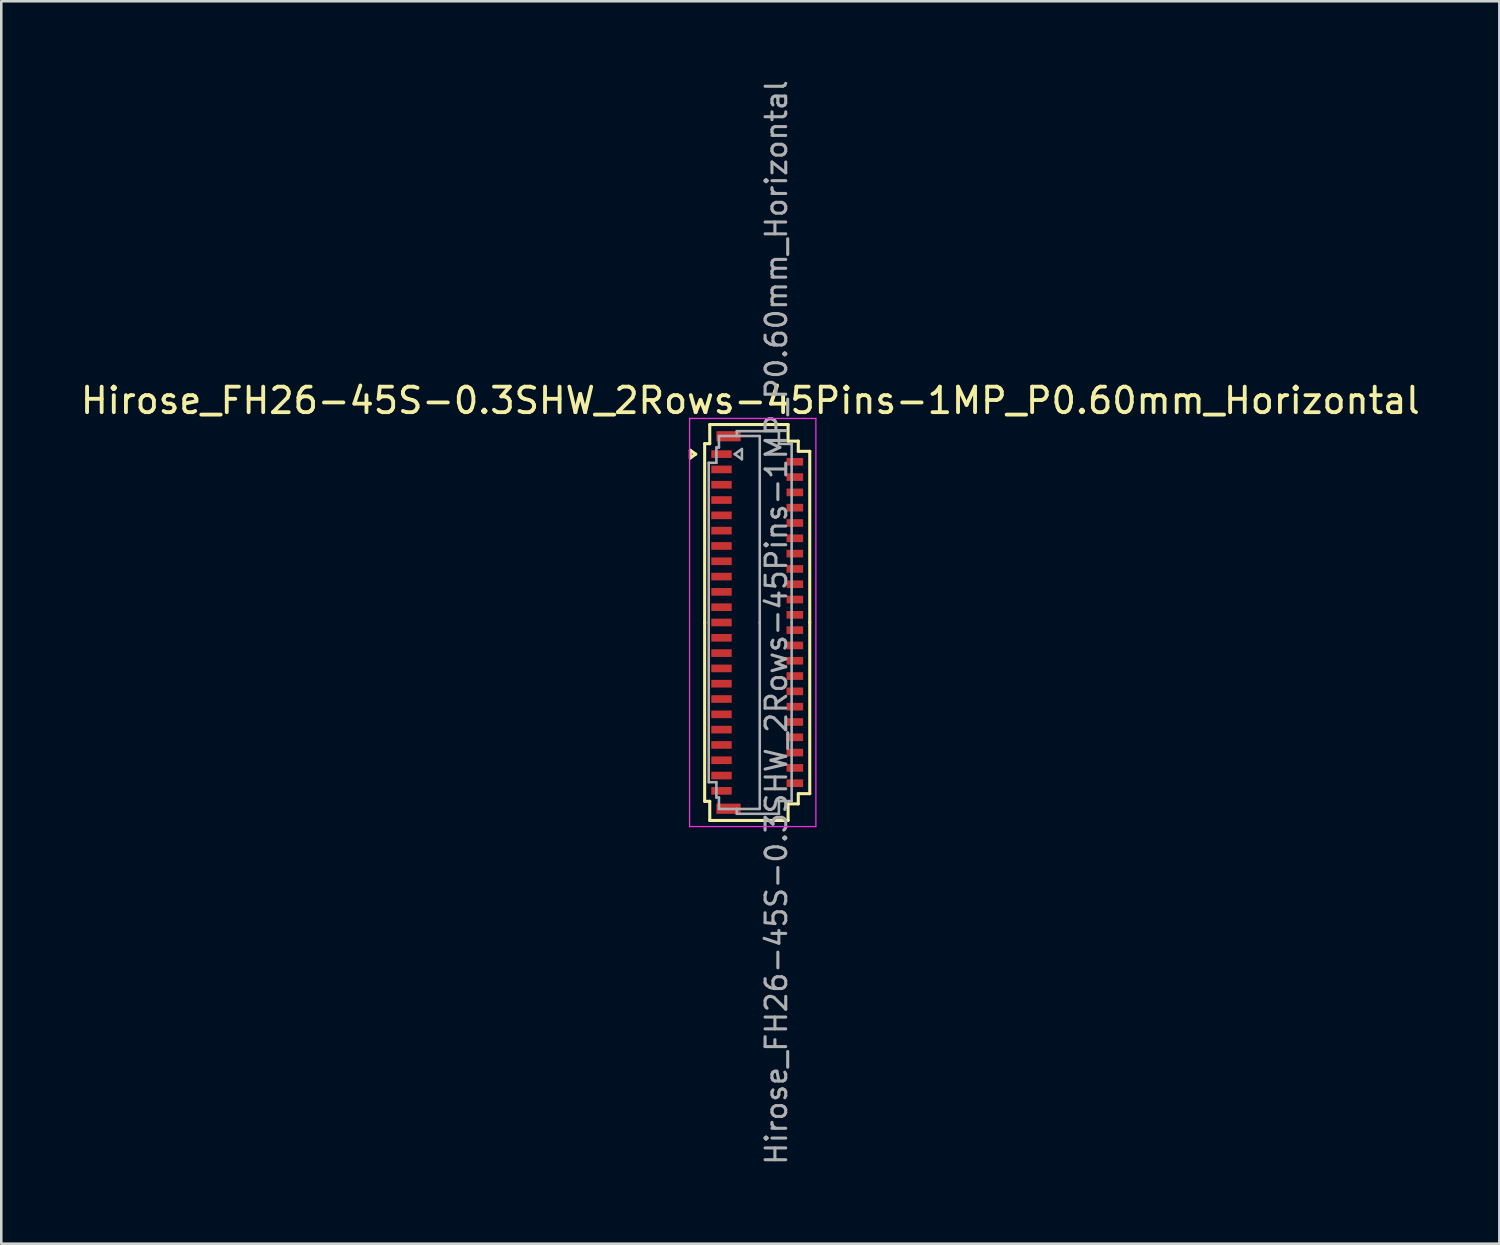
<source format=kicad_pcb>
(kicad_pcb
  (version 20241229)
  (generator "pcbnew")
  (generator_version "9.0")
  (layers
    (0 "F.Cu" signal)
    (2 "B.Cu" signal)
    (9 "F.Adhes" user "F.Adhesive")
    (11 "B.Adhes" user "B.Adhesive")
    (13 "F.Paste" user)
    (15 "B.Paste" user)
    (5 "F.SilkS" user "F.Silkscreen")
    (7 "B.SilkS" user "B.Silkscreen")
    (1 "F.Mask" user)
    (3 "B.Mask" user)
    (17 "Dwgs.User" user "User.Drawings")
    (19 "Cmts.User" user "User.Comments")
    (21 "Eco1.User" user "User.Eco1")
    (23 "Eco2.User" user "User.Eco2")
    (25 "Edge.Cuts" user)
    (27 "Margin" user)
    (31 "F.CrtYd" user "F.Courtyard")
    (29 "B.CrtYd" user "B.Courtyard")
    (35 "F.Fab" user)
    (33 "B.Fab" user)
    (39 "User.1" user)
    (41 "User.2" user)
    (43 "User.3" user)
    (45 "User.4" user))
  (footprint "Hirose_FH26-45S-0.3SHW_2Rows-45Pins-1MP_P0.60mm_Horizontal"
    (layer "F.Cu")
    (at 26.633 21.352)
    (property "Reference" "Hirose_FH26-45S-0.3SHW_2Rows-45Pins-1MP_P0.60mm_Horizontal" (at -0.27 -8.7 0) (layer "F.SilkS") (effects (font (size 1 1) (thickness 0.15))))
    (attr smd)
    (fp_line (start -2.622 -6.75) (end -2.41 -6.6) (stroke (width 0.12) (type solid)) (layer "F.SilkS"))
    (fp_line (start -2.622 -6.45) (end -2.622 -6.75) (stroke (width 0.12) (type solid)) (layer "F.SilkS"))
    (fp_line (start -2.41 -6.6) (end -2.622 -6.45) (stroke (width 0.12) (type solid)) (layer "F.SilkS"))
    (fp_line (start -2.06 -7.01) (end -2.06 0) (stroke (width 0.12) (type solid)) (layer "F.SilkS"))
    (fp_line (start -2.06 7.01) (end -2.06 0) (stroke (width 0.12) (type solid)) (layer "F.SilkS"))
    (fp_line (start -1.86 -7.76) (end -1.86 -7.01) (stroke (width 0.12) (type solid)) (layer "F.SilkS"))
    (fp_line (start -1.86 -7.01) (end -2.06 -7.01) (stroke (width 0.12) (type solid)) (layer "F.SilkS"))
    (fp_line (start -1.86 7.01) (end -2.06 7.01) (stroke (width 0.12) (type solid)) (layer "F.SilkS"))
    (fp_line (start -1.86 7.76) (end -1.86 7.01) (stroke (width 0.12) (type solid)) (layer "F.SilkS"))
    (fp_line (start 1.21 -7.76) (end -1.86 -7.76) (stroke (width 0.12) (type solid)) (layer "F.SilkS"))
    (fp_line (start 1.21 -7.11) (end 1.21 -7.76) (stroke (width 0.12) (type solid)) (layer "F.SilkS"))
    (fp_line (start 1.21 7.11) (end 1.21 7.76) (stroke (width 0.12) (type solid)) (layer "F.SilkS"))
    (fp_line (start 1.21 7.76) (end -1.86 7.76) (stroke (width 0.12) (type solid)) (layer "F.SilkS"))
    (fp_line (start 1.61 -7.11) (end 1.21 -7.11) (stroke (width 0.12) (type solid)) (layer "F.SilkS"))
    (fp_line (start 1.61 -6.71) (end 1.61 -7.11) (stroke (width 0.12) (type solid)) (layer "F.SilkS"))
    (fp_line (start 1.61 6.71) (end 1.61 7.11) (stroke (width 0.12) (type solid)) (layer "F.SilkS"))
    (fp_line (start 1.61 7.11) (end 1.21 7.11) (stroke (width 0.12) (type solid)) (layer "F.SilkS"))
    (fp_line (start 2.06 -6.71) (end 1.61 -6.71) (stroke (width 0.12) (type solid)) (layer "F.SilkS"))
    (fp_line (start 2.06 0) (end 2.06 -6.71) (stroke (width 0.12) (type solid)) (layer "F.SilkS"))
    (fp_line (start 2.06 0) (end 2.06 6.71) (stroke (width 0.12) (type solid)) (layer "F.SilkS"))
    (fp_line (start 2.06 6.71) (end 1.61 6.71) (stroke (width 0.12) (type solid)) (layer "F.SilkS"))
    (fp_line (start -2.65 -8) (end -2.65 8) (stroke (width 0.05) (type solid)) (layer "F.CrtYd"))
    (fp_line (start -2.65 8) (end 2.3 8) (stroke (width 0.05) (type solid)) (layer "F.CrtYd"))
    (fp_line (start 2.3 -8) (end -2.65 -8) (stroke (width 0.05) (type solid)) (layer "F.CrtYd"))
    (fp_line (start 2.3 8) (end 2.3 -8) (stroke (width 0.05) (type solid)) (layer "F.CrtYd"))
    (fp_line (start -1.9 -6.26) (end -1.6 -6.26) (stroke (width 0.1) (type solid)) (layer "F.Fab"))
    (fp_line (start -1.9 0) (end -1.9 -6.26) (stroke (width 0.1) (type solid)) (layer "F.Fab"))
    (fp_line (start -1.9 0) (end -1.9 6.26) (stroke (width 0.1) (type solid)) (layer "F.Fab"))
    (fp_line (start -1.9 6.26) (end -1.6 6.26) (stroke (width 0.1) (type solid)) (layer "F.Fab"))
    (fp_line (start -1.6 -6.86) (end -1.5 -6.86) (stroke (width 0.1) (type solid)) (layer "F.Fab"))
    (fp_line (start -1.6 -6.26) (end -1.6 -6.86) (stroke (width 0.1) (type solid)) (layer "F.Fab"))
    (fp_line (start -1.6 6.26) (end -1.6 6.86) (stroke (width 0.1) (type solid)) (layer "F.Fab"))
    (fp_line (start -1.6 6.86) (end -1.5 6.86) (stroke (width 0.1) (type solid)) (layer "F.Fab"))
    (fp_line (start -1.5 -7.31) (end -0.8 -7.31) (stroke (width 0.1) (type solid)) (layer "F.Fab"))
    (fp_line (start -1.5 -6.86) (end -1.5 -7.31) (stroke (width 0.1) (type solid)) (layer "F.Fab"))
    (fp_line (start -1.5 6.86) (end -1.5 7.31) (stroke (width 0.1) (type solid)) (layer "F.Fab"))
    (fp_line (start -1.5 7.31) (end -0.8 7.31) (stroke (width 0.1) (type solid)) (layer "F.Fab"))
    (fp_line (start -0.883 -6.6) (end -0.6 -6.4) (stroke (width 0.1) (type solid)) (layer "F.Fab"))
    (fp_line (start -0.8 -7.5) (end 0.85 -7.5) (stroke (width 0.1) (type solid)) (layer "F.Fab"))
    (fp_line (start -0.8 -7.31) (end -0.8 -7.5) (stroke (width 0.1) (type solid)) (layer "F.Fab"))
    (fp_line (start -0.8 7.31) (end -0.8 7.5) (stroke (width 0.1) (type solid)) (layer "F.Fab"))
    (fp_line (start -0.8 7.5) (end 0.85 7.5) (stroke (width 0.1) (type solid)) (layer "F.Fab"))
    (fp_line (start -0.6 -6.8) (end -0.883 -6.6) (stroke (width 0.1) (type solid)) (layer "F.Fab"))
    (fp_line (start -0.6 -6.4) (end -0.6 -6.8) (stroke (width 0.1) (type solid)) (layer "F.Fab"))
    (fp_line (start 0.1 -7.31) (end -0.8 -7.31) (stroke (width 0.1) (type solid)) (layer "F.Fab"))
    (fp_line (start 0.1 0) (end 0.1 -7.31) (stroke (width 0.1) (type solid)) (layer "F.Fab"))
    (fp_line (start 0.1 0) (end 0.1 7.31) (stroke (width 0.1) (type solid)) (layer "F.Fab"))
    (fp_line (start 0.1 7.31) (end -0.8 7.31) (stroke (width 0.1) (type solid)) (layer "F.Fab"))
    (fp_line (start 0.85 -7.5) (end 0.85 -7) (stroke (width 0.1) (type solid)) (layer "F.Fab"))
    (fp_line (start 0.85 -7) (end 1.35 -7) (stroke (width 0.1) (type solid)) (layer "F.Fab"))
    (fp_line (start 0.85 7) (end 1.35 7) (stroke (width 0.1) (type solid)) (layer "F.Fab"))
    (fp_line (start 0.85 7.5) (end 0.85 7) (stroke (width 0.1) (type solid)) (layer "F.Fab"))
    (fp_line (start 1.35 -7) (end 1.35 0) (stroke (width 0.1) (type solid)) (layer "F.Fab"))
    (fp_line (start 1.35 7) (end 1.35 0) (stroke (width 0.1) (type solid)) (layer "F.Fab"))
    (fp_text user "${REFERENCE}" (at 0.75 0 90) (layer "F.Fab") (effects (font (size 0.81 0.81) (thickness 0.12))))
    (pad "1" smd rect (at -1.4 -6.6) (size 0.8 0.3) (layers "F.Cu" "F.Mask" "F.Paste"))
    (pad "2" smd rect (at 1.475 -6.3) (size 0.65 0.3) (layers "F.Cu" "F.Mask" "F.Paste"))
    (pad "3" smd rect (at -1.4 -6) (size 0.8 0.3) (layers "F.Cu" "F.Mask" "F.Paste"))
    (pad "4" smd rect (at 1.475 -5.7) (size 0.65 0.3) (layers "F.Cu" "F.Mask" "F.Paste"))
    (pad "5" smd rect (at -1.4 -5.4) (size 0.8 0.3) (layers "F.Cu" "F.Mask" "F.Paste"))
    (pad "6" smd rect (at 1.475 -5.1) (size 0.65 0.3) (layers "F.Cu" "F.Mask" "F.Paste"))
    (pad "7" smd rect (at -1.4 -4.8) (size 0.8 0.3) (layers "F.Cu" "F.Mask" "F.Paste"))
    (pad "8" smd rect (at 1.475 -4.5) (size 0.65 0.3) (layers "F.Cu" "F.Mask" "F.Paste"))
    (pad "9" smd rect (at -1.4 -4.2) (size 0.8 0.3) (layers "F.Cu" "F.Mask" "F.Paste"))
    (pad "10" smd rect (at 1.475 -3.9) (size 0.65 0.3) (layers "F.Cu" "F.Mask" "F.Paste"))
    (pad "11" smd rect (at -1.4 -3.6) (size 0.8 0.3) (layers "F.Cu" "F.Mask" "F.Paste"))
    (pad "12" smd rect (at 1.475 -3.3) (size 0.65 0.3) (layers "F.Cu" "F.Mask" "F.Paste"))
    (pad "13" smd rect (at -1.4 -3) (size 0.8 0.3) (layers "F.Cu" "F.Mask" "F.Paste"))
    (pad "14" smd rect (at 1.475 -2.7) (size 0.65 0.3) (layers "F.Cu" "F.Mask" "F.Paste"))
    (pad "15" smd rect (at -1.4 -2.4) (size 0.8 0.3) (layers "F.Cu" "F.Mask" "F.Paste"))
    (pad "16" smd rect (at 1.475 -2.1) (size 0.65 0.3) (layers "F.Cu" "F.Mask" "F.Paste"))
    (pad "17" smd rect (at -1.4 -1.8) (size 0.8 0.3) (layers "F.Cu" "F.Mask" "F.Paste"))
    (pad "18" smd rect (at 1.475 -1.5) (size 0.65 0.3) (layers "F.Cu" "F.Mask" "F.Paste"))
    (pad "19" smd rect (at -1.4 -1.2) (size 0.8 0.3) (layers "F.Cu" "F.Mask" "F.Paste"))
    (pad "20" smd rect (at 1.475 -0.9) (size 0.65 0.3) (layers "F.Cu" "F.Mask" "F.Paste"))
    (pad "21" smd rect (at -1.4 -0.6) (size 0.8 0.3) (layers "F.Cu" "F.Mask" "F.Paste"))
    (pad "22" smd rect (at 1.475 -0.3) (size 0.65 0.3) (layers "F.Cu" "F.Mask" "F.Paste"))
    (pad "23" smd rect (at -1.4 0) (size 0.8 0.3) (layers "F.Cu" "F.Mask" "F.Paste"))
    (pad "24" smd rect (at 1.475 0.3) (size 0.65 0.3) (layers "F.Cu" "F.Mask" "F.Paste"))
    (pad "25" smd rect (at -1.4 0.6) (size 0.8 0.3) (layers "F.Cu" "F.Mask" "F.Paste"))
    (pad "26" smd rect (at 1.475 0.9) (size 0.65 0.3) (layers "F.Cu" "F.Mask" "F.Paste"))
    (pad "27" smd rect (at -1.4 1.2) (size 0.8 0.3) (layers "F.Cu" "F.Mask" "F.Paste"))
    (pad "28" smd rect (at 1.475 1.5) (size 0.65 0.3) (layers "F.Cu" "F.Mask" "F.Paste"))
    (pad "29" smd rect (at -1.4 1.8) (size 0.8 0.3) (layers "F.Cu" "F.Mask" "F.Paste"))
    (pad "30" smd rect (at 1.475 2.1) (size 0.65 0.3) (layers "F.Cu" "F.Mask" "F.Paste"))
    (pad "31" smd rect (at -1.4 2.4) (size 0.8 0.3) (layers "F.Cu" "F.Mask" "F.Paste"))
    (pad "32" smd rect (at 1.475 2.7) (size 0.65 0.3) (layers "F.Cu" "F.Mask" "F.Paste"))
    (pad "33" smd rect (at -1.4 3) (size 0.8 0.3) (layers "F.Cu" "F.Mask" "F.Paste"))
    (pad "34" smd rect (at 1.475 3.3) (size 0.65 0.3) (layers "F.Cu" "F.Mask" "F.Paste"))
    (pad "35" smd rect (at -1.4 3.6) (size 0.8 0.3) (layers "F.Cu" "F.Mask" "F.Paste"))
    (pad "36" smd rect (at 1.475 3.9) (size 0.65 0.3) (layers "F.Cu" "F.Mask" "F.Paste"))
    (pad "37" smd rect (at -1.4 4.2) (size 0.8 0.3) (layers "F.Cu" "F.Mask" "F.Paste"))
    (pad "38" smd rect (at 1.475 4.5) (size 0.65 0.3) (layers "F.Cu" "F.Mask" "F.Paste"))
    (pad "39" smd rect (at -1.4 4.8) (size 0.8 0.3) (layers "F.Cu" "F.Mask" "F.Paste"))
    (pad "40" smd rect (at 1.475 5.1) (size 0.65 0.3) (layers "F.Cu" "F.Mask" "F.Paste"))
    (pad "41" smd rect (at -1.4 5.4) (size 0.8 0.3) (layers "F.Cu" "F.Mask" "F.Paste"))
    (pad "42" smd rect (at 1.475 5.7) (size 0.65 0.3) (layers "F.Cu" "F.Mask" "F.Paste"))
    (pad "43" smd rect (at -1.4 6) (size 0.8 0.3) (layers "F.Cu" "F.Mask" "F.Paste"))
    (pad "44" smd rect (at 1.475 6.3) (size 0.65 0.3) (layers "F.Cu" "F.Mask" "F.Paste"))
    (pad "45" smd rect (at -1.4 6.6) (size 0.8 0.3) (layers "F.Cu" "F.Mask" "F.Paste"))
    (pad "MP" smd rect (at -1.125 -7.3) (size 0.95 0.4) (layers "F.Cu" "F.Mask" "F.Paste"))
    (pad "MP" smd rect (at -1.125 7.3) (size 0.95 0.4) (layers "F.Cu" "F.Mask" "F.Paste")))
  (gr_rect
    (start -3 -3)
    (end 55.726 45.704)
    (stroke (width 0.1) (type default))
    (fill no)
    (layer "Edge.Cuts")))
</source>
